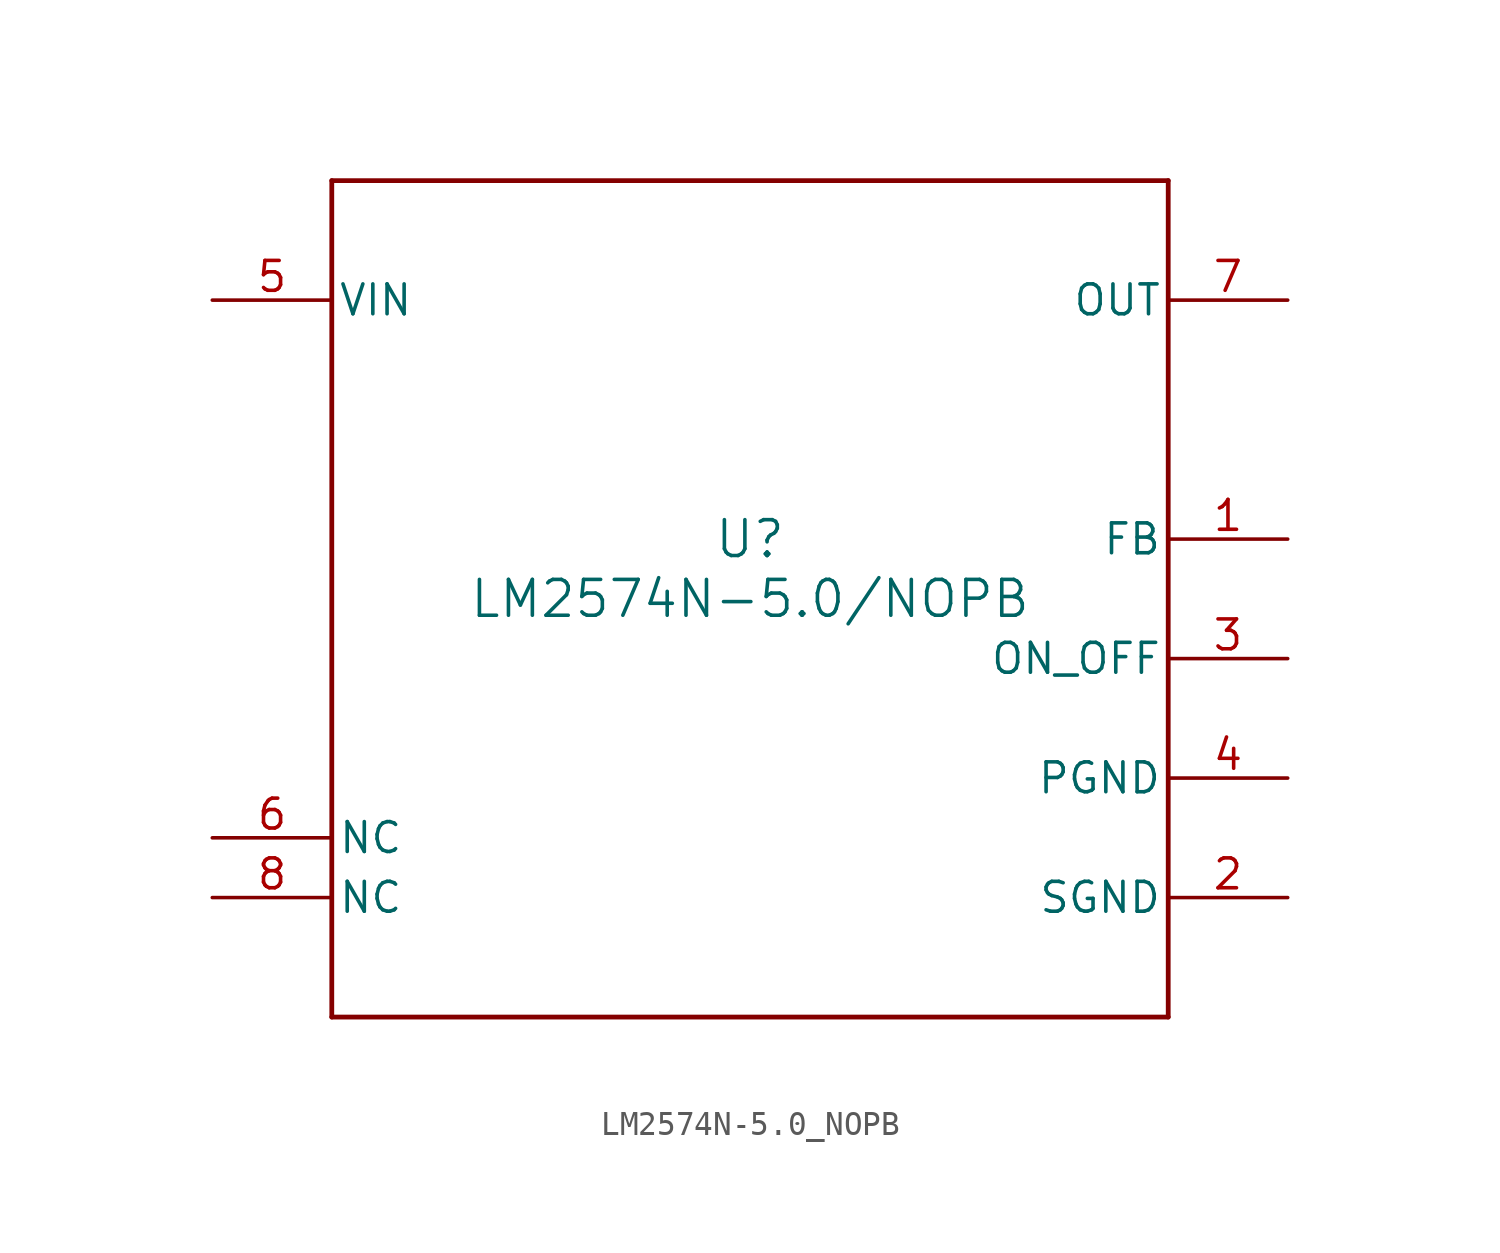
<source format=kicad_sym>
(kicad_symbol_lib
  (version 20211014)
  (generator kicad_symbol_editor)
  (symbol "LM2574N-5.0_NOPB"
    (pin_names
      (offset 0.254))
    (property "Reference" "U"
      (at 0 2.54 0)
      (effects (font (size 1.524 1.524))))
    (property "Value" "LM2574N-5.0/NOPB"
      (at 0 0 0)
      (effects (font (size 1.524 1.524))))
    (symbol "LM2574N-5.0_NOPB_0_1"
      (polyline (pts (xy -17.78 -17.78) (xy 17.78 -17.78)) (stroke (width 0.203) (type default) (color 0 0 0 0)) (fill (type none)))
      (polyline (pts (xy 17.78 -17.78) (xy 17.78 17.78)) (stroke (width 0.203) (type default) (color 0 0 0 0)) (fill (type none)))
      (polyline (pts (xy 17.78 17.78) (xy -17.78 17.78)) (stroke (width 0.203) (type default) (color 0 0 0 0)) (fill (type none)))
      (polyline (pts (xy -17.78 17.78) (xy -17.78 -17.78)) (stroke (width 0.203) (type default) (color 0 0 0 0)) (fill (type none)))
      (pin input line (at 22.86 2.54 180) (length 5.08) (name "FB" (effects (font (size 1.27 1.27)))) (number "1" (effects (font (size 1.27 1.27)))))
      (pin power_in line (at 22.86 -12.7 180) (length 5.08) (name "SGND" (effects (font (size 1.27 1.27)))) (number "2" (effects (font (size 1.27 1.27)))))
      (pin input line (at 22.86 -2.54 180) (length 5.08) (name "ON_OFF" (effects (font (size 1.27 1.27)))) (number "3" (effects (font (size 1.27 1.27)))))
      (pin power_in line (at 22.86 -7.62 180) (length 5.08) (name "PGND" (effects (font (size 1.27 1.27)))) (number "4" (effects (font (size 1.27 1.27)))))
      (pin power_in line (at -22.86 12.7 0) (length 5.08) (name "VIN" (effects (font (size 1.27 1.27)))) (number "5" (effects (font (size 1.27 1.27)))))
      (pin unspecified line (at -22.86 -10.16 0) (length 5.08) (name "NC" (effects (font (size 1.27 1.27)))) (number "6" (effects (font (size 1.27 1.27)))))
      (pin power_in line (at 22.86 12.7 180) (length 5.08) (name "OUT" (effects (font (size 1.27 1.27)))) (number "7" (effects (font (size 1.27 1.27)))))
      (pin unspecified line (at -22.86 -12.7 0) (length 5.08) (name "NC" (effects (font (size 1.27 1.27)))) (number "8" (effects (font (size 1.27 1.27))))))))
</source>
